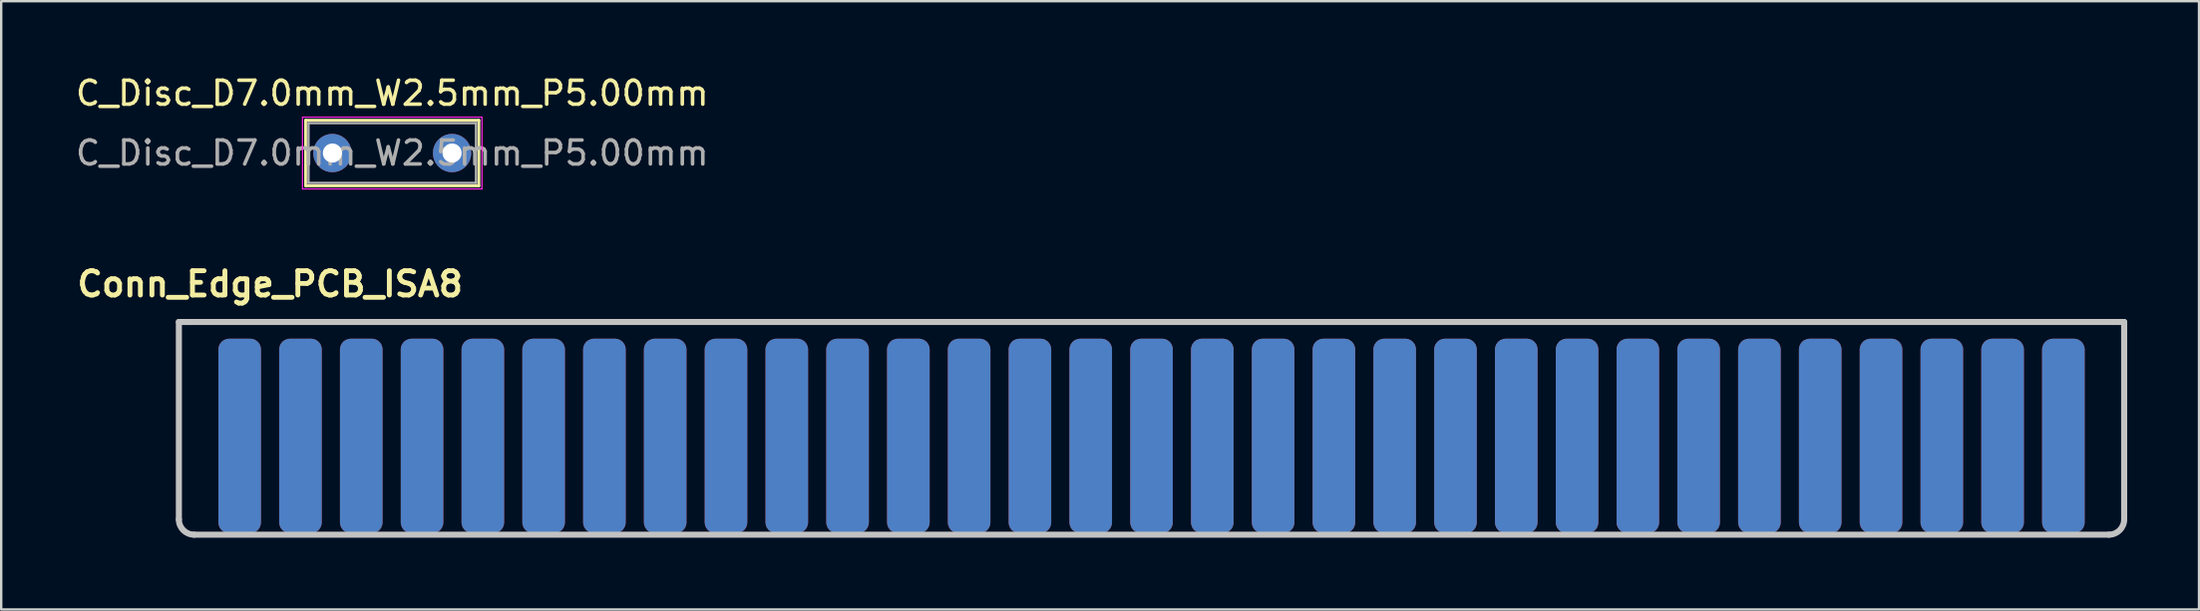
<source format=kicad_pcb>
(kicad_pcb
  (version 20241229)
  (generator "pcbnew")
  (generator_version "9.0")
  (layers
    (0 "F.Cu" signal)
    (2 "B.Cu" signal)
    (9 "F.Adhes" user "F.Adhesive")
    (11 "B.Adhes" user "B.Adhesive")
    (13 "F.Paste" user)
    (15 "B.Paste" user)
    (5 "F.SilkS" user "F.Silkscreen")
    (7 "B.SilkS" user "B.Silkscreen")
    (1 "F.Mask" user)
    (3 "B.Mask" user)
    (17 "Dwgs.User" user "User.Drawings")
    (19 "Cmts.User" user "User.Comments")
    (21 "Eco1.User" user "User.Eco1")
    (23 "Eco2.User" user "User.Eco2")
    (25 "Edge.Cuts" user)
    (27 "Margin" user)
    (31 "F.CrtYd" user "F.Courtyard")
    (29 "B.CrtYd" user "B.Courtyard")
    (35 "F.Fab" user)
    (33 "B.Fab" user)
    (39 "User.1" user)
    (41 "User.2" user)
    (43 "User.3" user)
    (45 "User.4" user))
  (footprint "Conn_Edge_PCB_ISA8"
    (layer "F.Cu")
    (at 45.064 15.174)
    (property "Reference" "Conn_Edge_PCB_ISA8" (at -36.83 -6.35 0) (layer "F.SilkS") (effects (font (size 1.016 1.016) (thickness 0.203))))
    (attr through_hole)
    (fp_line (start -40.64 3.493) (end -40.64 -4.763) (stroke (width 0.254) (type solid)) (layer "Dwgs.User"))
    (fp_line (start 40.005 4.128) (end -40.005 4.128) (stroke (width 0.254) (type solid)) (layer "Dwgs.User"))
    (fp_line (start 40.64 -4.763) (end -40.64 -4.763) (stroke (width 0.254) (type solid)) (layer "Dwgs.User"))
    (fp_line (start 40.64 3.493) (end 40.64 -4.763) (stroke (width 0.254) (type solid)) (layer "Dwgs.User"))
    (fp_arc (start -40.005 4.1275) (mid -40.454013 3.941513) (end -40.64 3.4925) (stroke (width 0.254) (type solid)) (layer "Dwgs.User"))
    (fp_arc (start 40.64 3.4925) (mid 40.454013 3.941513) (end 40.005 4.1275) (stroke (width 0.254) (type solid)) (layer "Dwgs.User"))
    (pad "1" connect roundrect (at 38.1 0) (size 1.778 8.128) (layers "B.Cu" "B.Mask") (roundrect_rratio 0.25))
    (pad "2" connect roundrect (at 35.56 0) (size 1.778 8.128) (layers "B.Cu" "B.Mask") (roundrect_rratio 0.25))
    (pad "3" connect roundrect (at 33.02 0) (size 1.778 8.128) (layers "B.Cu" "B.Mask") (roundrect_rratio 0.25))
    (pad "4" connect roundrect (at 30.48 0) (size 1.778 8.128) (layers "B.Cu" "B.Mask") (roundrect_rratio 0.25))
    (pad "5" connect roundrect (at 27.94 0) (size 1.778 8.128) (layers "B.Cu" "B.Mask") (roundrect_rratio 0.25))
    (pad "6" connect roundrect (at 25.4 0) (size 1.778 8.128) (layers "B.Cu" "B.Mask") (roundrect_rratio 0.25))
    (pad "7" connect roundrect (at 22.86 0) (size 1.778 8.128) (layers "B.Cu" "B.Mask") (roundrect_rratio 0.25))
    (pad "8" connect roundrect (at 20.32 0) (size 1.778 8.128) (layers "B.Cu" "B.Mask") (roundrect_rratio 0.25))
    (pad "9" connect roundrect (at 17.78 0) (size 1.778 8.128) (layers "B.Cu" "B.Mask") (roundrect_rratio 0.25))
    (pad "10" connect roundrect (at 15.24 0) (size 1.778 8.128) (layers "B.Cu" "B.Mask") (roundrect_rratio 0.25))
    (pad "11" connect roundrect (at 12.7 0) (size 1.778 8.128) (layers "B.Cu" "B.Mask") (roundrect_rratio 0.25))
    (pad "12" connect roundrect (at 10.16 0) (size 1.778 8.128) (layers "B.Cu" "B.Mask") (roundrect_rratio 0.25))
    (pad "13" connect roundrect (at 7.62 0) (size 1.778 8.128) (layers "B.Cu" "B.Mask") (roundrect_rratio 0.25))
    (pad "14" connect roundrect (at 5.08 0) (size 1.778 8.128) (layers "B.Cu" "B.Mask") (roundrect_rratio 0.25))
    (pad "15" connect roundrect (at 2.54 0) (size 1.778 8.128) (layers "B.Cu" "B.Mask") (roundrect_rratio 0.25))
    (pad "16" connect roundrect (at 0 0) (size 1.778 8.128) (layers "B.Cu" "B.Mask") (roundrect_rratio 0.25))
    (pad "17" connect roundrect (at -2.54 0) (size 1.778 8.128) (layers "B.Cu" "B.Mask") (roundrect_rratio 0.25))
    (pad "18" connect roundrect (at -5.08 0) (size 1.778 8.128) (layers "B.Cu" "B.Mask") (roundrect_rratio 0.25))
    (pad "19" connect roundrect (at -7.62 0) (size 1.778 8.128) (layers "B.Cu" "B.Mask") (roundrect_rratio 0.25))
    (pad "20" connect roundrect (at -10.16 0) (size 1.778 8.128) (layers "B.Cu" "B.Mask") (roundrect_rratio 0.25))
    (pad "21" connect roundrect (at -12.7 0) (size 1.778 8.128) (layers "B.Cu" "B.Mask") (roundrect_rratio 0.25))
    (pad "22" connect roundrect (at -15.24 0) (size 1.778 8.128) (layers "B.Cu" "B.Mask") (roundrect_rratio 0.25))
    (pad "23" connect roundrect (at -17.78 0) (size 1.778 8.128) (layers "B.Cu" "B.Mask") (roundrect_rratio 0.25))
    (pad "24" connect roundrect (at -20.32 0) (size 1.778 8.128) (layers "B.Cu" "B.Mask") (roundrect_rratio 0.25))
    (pad "25" connect roundrect (at -22.86 0) (size 1.778 8.128) (layers "B.Cu" "B.Mask") (roundrect_rratio 0.25))
    (pad "26" connect roundrect (at -25.4 0) (size 1.778 8.128) (layers "B.Cu" "B.Mask") (roundrect_rratio 0.25))
    (pad "27" connect roundrect (at -27.94 0) (size 1.778 8.128) (layers "B.Cu" "B.Mask") (roundrect_rratio 0.25))
    (pad "28" connect roundrect (at -30.48 0) (size 1.778 8.128) (layers "B.Cu" "B.Mask") (roundrect_rratio 0.25))
    (pad "29" connect roundrect (at -33.02 0) (size 1.778 8.128) (layers "B.Cu" "B.Mask") (roundrect_rratio 0.25))
    (pad "30" connect roundrect (at -35.56 0) (size 1.778 8.128) (layers "B.Cu" "B.Mask") (roundrect_rratio 0.25))
    (pad "31" connect roundrect (at -38.1 0) (size 1.778 8.128) (layers "B.Cu" "B.Mask") (roundrect_rratio 0.25))
    (pad "32" connect roundrect (at 38.1 0) (size 1.778 8.128) (layers "F.Cu" "F.Mask") (roundrect_rratio 0.25))
    (pad "33" connect roundrect (at 35.56 0) (size 1.778 8.128) (layers "F.Cu" "F.Mask") (roundrect_rratio 0.25))
    (pad "34" connect roundrect (at 33.02 0) (size 1.778 8.128) (layers "F.Cu" "F.Mask") (roundrect_rratio 0.25))
    (pad "35" connect roundrect (at 30.48 0) (size 1.778 8.128) (layers "F.Cu" "F.Mask") (roundrect_rratio 0.25))
    (pad "36" connect roundrect (at 27.94 0) (size 1.778 8.128) (layers "F.Cu" "F.Mask") (roundrect_rratio 0.25))
    (pad "37" connect roundrect (at 25.4 0) (size 1.778 8.128) (layers "F.Cu" "F.Mask") (roundrect_rratio 0.25))
    (pad "38" connect roundrect (at 22.86 0) (size 1.778 8.128) (layers "F.Cu" "F.Mask") (roundrect_rratio 0.25))
    (pad "39" connect roundrect (at 20.32 0) (size 1.778 8.128) (layers "F.Cu" "F.Mask") (roundrect_rratio 0.25))
    (pad "40" connect roundrect (at 17.78 0) (size 1.778 8.128) (layers "F.Cu" "F.Mask") (roundrect_rratio 0.25))
    (pad "41" connect roundrect (at 15.24 0) (size 1.778 8.128) (layers "F.Cu" "F.Mask") (roundrect_rratio 0.25))
    (pad "42" connect roundrect (at 12.7 0) (size 1.778 8.128) (layers "F.Cu" "F.Mask") (roundrect_rratio 0.25))
    (pad "43" connect roundrect (at 10.16 0) (size 1.778 8.128) (layers "F.Cu" "F.Mask") (roundrect_rratio 0.25))
    (pad "44" connect roundrect (at 7.62 0) (size 1.778 8.128) (layers "F.Cu" "F.Mask") (roundrect_rratio 0.25))
    (pad "45" connect roundrect (at 5.08 0) (size 1.778 8.128) (layers "F.Cu" "F.Mask") (roundrect_rratio 0.25))
    (pad "46" connect roundrect (at 2.54 0) (size 1.778 8.128) (layers "F.Cu" "F.Mask") (roundrect_rratio 0.25))
    (pad "47" connect roundrect (at 0 0) (size 1.778 8.128) (layers "F.Cu" "F.Mask") (roundrect_rratio 0.25))
    (pad "48" connect roundrect (at -2.54 0) (size 1.778 8.128) (layers "F.Cu" "F.Mask") (roundrect_rratio 0.25))
    (pad "49" connect roundrect (at -5.08 0) (size 1.778 8.128) (layers "F.Cu" "F.Mask") (roundrect_rratio 0.25))
    (pad "50" connect roundrect (at -7.62 0) (size 1.778 8.128) (layers "F.Cu" "F.Mask") (roundrect_rratio 0.25))
    (pad "51" connect roundrect (at -10.16 0) (size 1.778 8.128) (layers "F.Cu" "F.Mask") (roundrect_rratio 0.25))
    (pad "52" connect roundrect (at -12.7 0) (size 1.778 8.128) (layers "F.Cu" "F.Mask") (roundrect_rratio 0.25))
    (pad "53" connect roundrect (at -15.24 0) (size 1.778 8.128) (layers "F.Cu" "F.Mask") (roundrect_rratio 0.25))
    (pad "54" connect roundrect (at -17.78 0) (size 1.778 8.128) (layers "F.Cu" "F.Mask") (roundrect_rratio 0.25))
    (pad "55" connect roundrect (at -20.32 0) (size 1.778 8.128) (layers "F.Cu" "F.Mask") (roundrect_rratio 0.25))
    (pad "56" connect roundrect (at -22.86 0) (size 1.778 8.128) (layers "F.Cu" "F.Mask") (roundrect_rratio 0.25))
    (pad "57" connect roundrect (at -25.4 0) (size 1.778 8.128) (layers "F.Cu" "F.Mask") (roundrect_rratio 0.25))
    (pad "58" connect roundrect (at -27.94 0) (size 1.778 8.128) (layers "F.Cu" "F.Mask") (roundrect_rratio 0.25))
    (pad "59" connect roundrect (at -30.48 0) (size 1.778 8.128) (layers "F.Cu" "F.Mask") (roundrect_rratio 0.25))
    (pad "60" connect roundrect (at -33.02 0) (size 1.778 8.128) (layers "F.Cu" "F.Mask") (roundrect_rratio 0.25))
    (pad "61" connect roundrect (at -35.56 0) (size 1.778 8.128) (layers "F.Cu" "F.Mask") (roundrect_rratio 0.25))
    (pad "62" connect roundrect (at -38.1 0) (size 1.778 8.128) (layers "F.Cu" "F.Mask") (roundrect_rratio 0.25)))
  (footprint "C_Disc_D7.0mm_W2.5mm_P5.00mm"
    (layer "F.Cu")
    (at 10.839 3.348)
    (property "Reference" "C_Disc_D7.0mm_W2.5mm_P5.00mm" (at 2.5 -2.5 180) (layer "F.SilkS") (effects (font (size 1 1) (thickness 0.15))))
    (attr through_hole)
    (fp_line (start -1.12 -1.37) (end -1.12 1.37) (stroke (width 0.12) (type solid)) (layer "F.SilkS"))
    (fp_line (start -1.12 -1.37) (end 6.12 -1.37) (stroke (width 0.12) (type solid)) (layer "F.SilkS"))
    (fp_line (start -1.12 1.37) (end 6.12 1.37) (stroke (width 0.12) (type solid)) (layer "F.SilkS"))
    (fp_line (start 6.12 -1.37) (end 6.12 1.37) (stroke (width 0.12) (type solid)) (layer "F.SilkS"))
    (fp_line (start -1.25 -1.5) (end -1.25 1.5) (stroke (width 0.05) (type solid)) (layer "F.CrtYd"))
    (fp_line (start -1.25 1.5) (end 6.25 1.5) (stroke (width 0.05) (type solid)) (layer "F.CrtYd"))
    (fp_line (start 6.25 -1.5) (end -1.25 -1.5) (stroke (width 0.05) (type solid)) (layer "F.CrtYd"))
    (fp_line (start 6.25 1.5) (end 6.25 -1.5) (stroke (width 0.05) (type solid)) (layer "F.CrtYd"))
    (fp_line (start -1 -1.25) (end -1 1.25) (stroke (width 0.1) (type solid)) (layer "F.Fab"))
    (fp_line (start -1 1.25) (end 6 1.25) (stroke (width 0.1) (type solid)) (layer "F.Fab"))
    (fp_line (start 6 -1.25) (end -1 -1.25) (stroke (width 0.1) (type solid)) (layer "F.Fab"))
    (fp_line (start 6 1.25) (end 6 -1.25) (stroke (width 0.1) (type solid)) (layer "F.Fab"))
    (fp_text user "${REFERENCE}" (at 2.5 0 180) (layer "F.Fab") (effects (font (size 1 1) (thickness 0.15))))
    (pad "1" thru_hole circle (at 0 0) (size 1.6 1.6) (drill 0.8) (layers "*.Cu" "*.Mask"))
    (pad "2" thru_hole circle (at 5 0) (size 1.6 1.6) (drill 0.8) (layers "*.Cu" "*.Mask")))
  (gr_rect
    (start -3 -3)
    (end 88.831 22.429)
    (stroke (width 0.1) (type default))
    (fill no)
    (layer "Edge.Cuts")))
</source>
